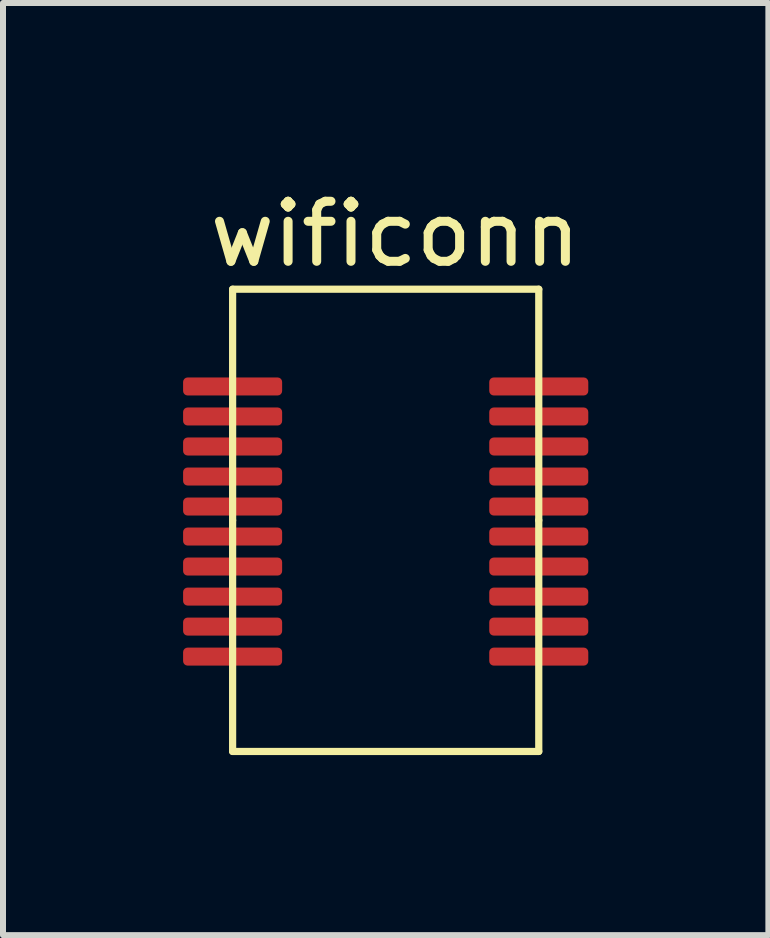
<source format=kicad_pcb>
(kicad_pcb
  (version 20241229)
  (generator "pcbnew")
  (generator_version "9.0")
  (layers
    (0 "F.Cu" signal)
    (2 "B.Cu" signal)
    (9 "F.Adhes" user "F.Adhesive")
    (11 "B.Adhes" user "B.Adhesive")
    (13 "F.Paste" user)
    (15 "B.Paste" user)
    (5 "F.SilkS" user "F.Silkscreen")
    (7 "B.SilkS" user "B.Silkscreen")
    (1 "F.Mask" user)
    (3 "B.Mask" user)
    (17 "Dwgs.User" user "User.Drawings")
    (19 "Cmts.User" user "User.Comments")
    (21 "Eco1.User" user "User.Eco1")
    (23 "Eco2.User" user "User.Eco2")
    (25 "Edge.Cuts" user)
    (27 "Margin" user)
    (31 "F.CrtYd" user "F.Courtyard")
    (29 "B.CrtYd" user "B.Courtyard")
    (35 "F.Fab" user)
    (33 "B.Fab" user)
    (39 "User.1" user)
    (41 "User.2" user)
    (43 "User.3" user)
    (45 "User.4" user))
  (footprint "wificonn"
    (layer "F.Cu")
    (at 3.275 5.618)
    (property "Reference" "wificonn" (at 0.26 -4.77 0) (unlocked yes) (layer "F.SilkS") (effects (font (size 1 1) (thickness 0.15))))
    (attr smd)
    (fp_line (start -2.45 -3.85) (end 2.65 -3.85) (stroke (width 0.12) (type default)) (layer "F.SilkS"))
    (fp_line (start -2.45 0) (end -2.45 -3.85) (stroke (width 0.12) (type default)) (layer "F.SilkS"))
    (fp_line (start -2.45 3.85) (end -2.45 0) (stroke (width 0.12) (type default)) (layer "F.SilkS"))
    (fp_line (start -2.45 3.85) (end 2.65 3.85) (stroke (width 0.12) (type default)) (layer "F.SilkS"))
    (fp_line (start 2.65 0) (end 2.65 -3.85) (stroke (width 0.12) (type default)) (layer "F.SilkS"))
    (fp_line (start 2.65 3.85) (end 2.65 0) (stroke (width 0.12) (type default)) (layer "F.SilkS"))
    (pad "1" smd roundrect (at -2.45 2.27) (size 1.65 0.3) (layers "F.Cu" "F.Mask" "F.Paste") (roundrect_rratio 0.25))
    (pad "2" smd roundrect (at -2.45 1.77) (size 1.65 0.3) (layers "F.Cu" "F.Mask" "F.Paste") (roundrect_rratio 0.25))
    (pad "3" smd roundrect (at -2.45 1.27) (size 1.65 0.3) (layers "F.Cu" "F.Mask" "F.Paste") (roundrect_rratio 0.25))
    (pad "4" smd roundrect (at -2.45 0.77) (size 1.65 0.3) (layers "F.Cu" "F.Mask" "F.Paste") (roundrect_rratio 0.25))
    (pad "5" smd roundrect (at -2.45 0.27) (size 1.65 0.3) (layers "F.Cu" "F.Mask" "F.Paste") (roundrect_rratio 0.25))
    (pad "6" smd roundrect (at -2.45 -0.23) (size 1.65 0.3) (layers "F.Cu" "F.Mask" "F.Paste") (roundrect_rratio 0.25))
    (pad "7" smd roundrect (at -2.45 -0.73) (size 1.65 0.3) (layers "F.Cu" "F.Mask" "F.Paste") (roundrect_rratio 0.25))
    (pad "8" smd roundrect (at -2.45 -1.23) (size 1.65 0.3) (layers "F.Cu" "F.Mask" "F.Paste") (roundrect_rratio 0.25))
    (pad "9" smd roundrect (at -2.45 -1.73) (size 1.65 0.3) (layers "F.Cu" "F.Mask" "F.Paste") (roundrect_rratio 0.25))
    (pad "10" smd roundrect (at -2.45 -2.23) (size 1.65 0.3) (layers "F.Cu" "F.Mask" "F.Paste") (roundrect_rratio 0.25))
    (pad "11" smd roundrect (at 2.65 -2.23) (size 1.65 0.3) (layers "F.Cu" "F.Mask" "F.Paste") (roundrect_rratio 0.25))
    (pad "12" smd roundrect (at 2.65 -1.73) (size 1.65 0.3) (layers "F.Cu" "F.Mask" "F.Paste") (roundrect_rratio 0.25))
    (pad "13" smd roundrect (at 2.65 -1.23) (size 1.65 0.3) (layers "F.Cu" "F.Mask" "F.Paste") (roundrect_rratio 0.25))
    (pad "14" smd roundrect (at 2.65 -0.73) (size 1.65 0.3) (layers "F.Cu" "F.Mask" "F.Paste") (roundrect_rratio 0.25))
    (pad "15" smd roundrect (at 2.65 -0.23) (size 1.65 0.3) (layers "F.Cu" "F.Mask" "F.Paste") (roundrect_rratio 0.25))
    (pad "16" smd roundrect (at 2.65 0.27) (size 1.65 0.3) (layers "F.Cu" "F.Mask" "F.Paste") (roundrect_rratio 0.25))
    (pad "17" smd roundrect (at 2.65 0.77) (size 1.65 0.3) (layers "F.Cu" "F.Mask" "F.Paste") (roundrect_rratio 0.25))
    (pad "18" smd roundrect (at 2.65 1.27) (size 1.65 0.3) (layers "F.Cu" "F.Mask" "F.Paste") (roundrect_rratio 0.25))
    (pad "19" smd roundrect (at 2.65 1.77) (size 1.65 0.3) (layers "F.Cu" "F.Mask" "F.Paste") (roundrect_rratio 0.25))
    (pad "20" smd roundrect (at 2.65 2.27) (size 1.65 0.3) (layers "F.Cu" "F.Mask" "F.Paste") (roundrect_rratio 0.25)))
  (gr_rect
    (start -3 -3)
    (end 9.75 12.528)
    (stroke (width 0.1) (type default))
    (fill no)
    (layer "Edge.Cuts")))
</source>
